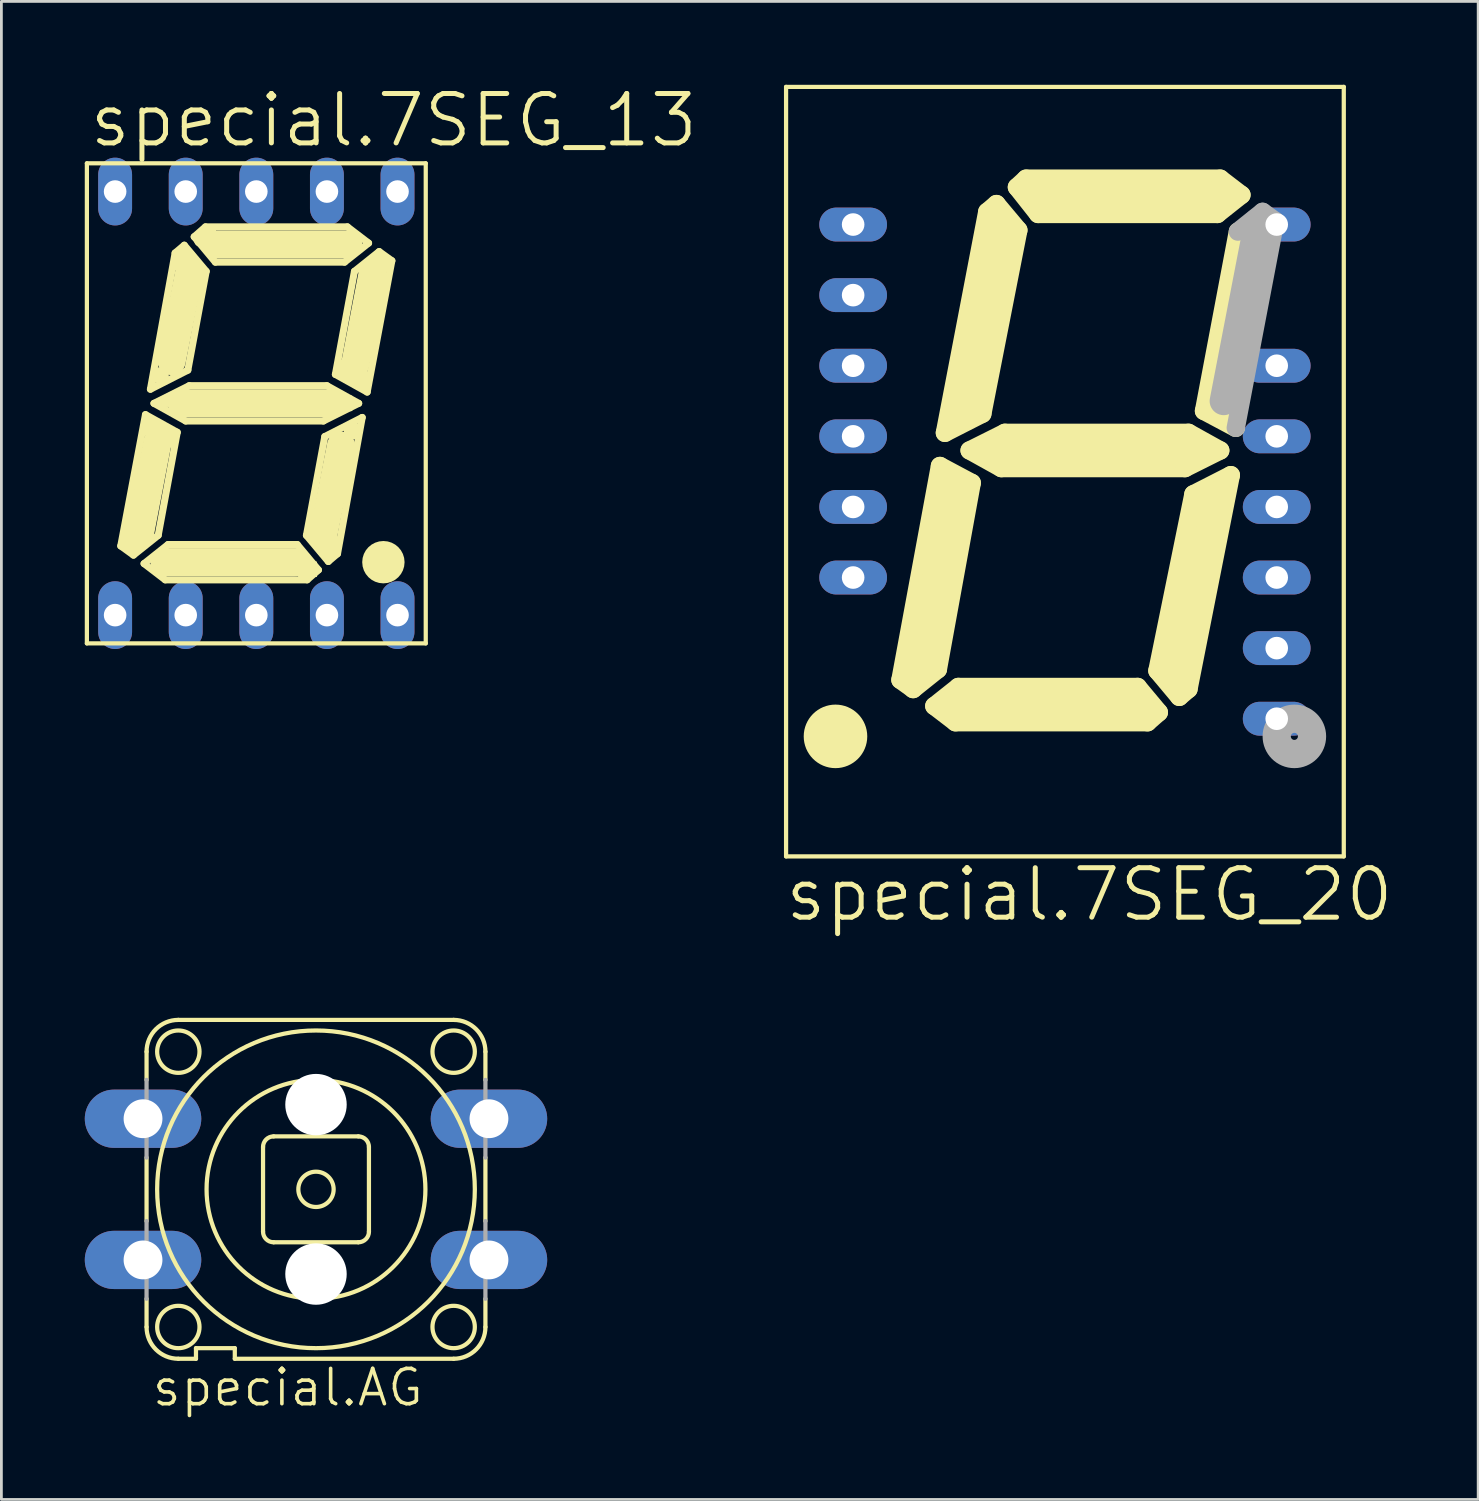
<source format=kicad_pcb>
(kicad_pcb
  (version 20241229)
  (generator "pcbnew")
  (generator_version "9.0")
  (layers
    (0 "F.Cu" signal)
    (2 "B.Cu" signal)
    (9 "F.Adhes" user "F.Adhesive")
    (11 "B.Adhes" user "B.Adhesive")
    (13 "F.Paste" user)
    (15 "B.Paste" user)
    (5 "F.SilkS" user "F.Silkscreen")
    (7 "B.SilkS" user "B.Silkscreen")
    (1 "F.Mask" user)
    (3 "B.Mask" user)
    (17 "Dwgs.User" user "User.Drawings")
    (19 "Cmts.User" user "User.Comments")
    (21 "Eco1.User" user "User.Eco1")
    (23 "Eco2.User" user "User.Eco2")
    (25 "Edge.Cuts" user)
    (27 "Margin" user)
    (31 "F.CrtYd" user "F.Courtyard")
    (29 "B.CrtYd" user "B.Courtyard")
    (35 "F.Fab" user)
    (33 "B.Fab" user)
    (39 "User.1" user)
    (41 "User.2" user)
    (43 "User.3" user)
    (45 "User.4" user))
  (footprint "special.7SEG_20"
    (layer "F.Cu")
    (at 35.265 13.919)
    (property "Reference" "special.7SEG_20" (at -10.16 16.256 0) (layer "F.SilkS") (effects (font (size 1.778 1.778) (thickness 0.18)) (justify left bottom)))
    (attr through_hole)
    (fp_line (start -10.033 -13.843) (end -10.033 13.843) (stroke (width 0.152) (type default)) (layer "F.SilkS"))
    (fp_line (start -10.033 -13.843) (end 10.033 -13.843) (stroke (width 0.152) (type default)) (layer "F.SilkS"))
    (fp_line (start -5.486 7.442) (end -5.613 7.315) (stroke (width 0.508) (type default)) (layer "F.SilkS"))
    (fp_line (start -5.461 7.823) (end -5.918 7.493) (stroke (width 0.66) (type default)) (layer "F.SilkS"))
    (fp_line (start -4.699 8.433) (end -3.937 9.017) (stroke (width 0.66) (type default)) (layer "F.SilkS"))
    (fp_line (start -4.572 7.112) (end -5.461 7.823) (stroke (width 0.66) (type default)) (layer "F.SilkS"))
    (fp_line (start -4.572 7.112) (end -3.353 0.406) (stroke (width 0.66) (type default)) (layer "F.SilkS"))
    (fp_line (start -4.496 -0.203) (end -5.918 7.493) (stroke (width 0.66) (type default)) (layer "F.SilkS"))
    (fp_line (start -4.318 -1.397) (end -2.794 -9.347) (stroke (width 0.66) (type default)) (layer "F.SilkS"))
    (fp_line (start -4.064 0.762) (end -5.232 7.061) (stroke (width 1.016) (type default)) (layer "F.SilkS"))
    (fp_line (start -3.962 8.382) (end 2.54 8.382) (stroke (width 1.016) (type default)) (layer "F.SilkS"))
    (fp_line (start -3.835 7.747) (end -4.699 8.433) (stroke (width 0.66) (type default)) (layer "F.SilkS"))
    (fp_line (start -3.683 0.635) (end -4.318 0.254) (stroke (width 0.66) (type default)) (layer "F.SilkS"))
    (fp_line (start -3.353 0.406) (end -4.496 -0.203) (stroke (width 0.66) (type default)) (layer "F.SilkS"))
    (fp_line (start -2.972 -2.083) (end -4.318 -1.397) (stroke (width 0.66) (type default)) (layer "F.SilkS"))
    (fp_line (start -2.972 -2.083) (end -1.676 -8.687) (stroke (width 0.66) (type default)) (layer "F.SilkS"))
    (fp_line (start -2.464 -9.627) (end -2.794 -9.347) (stroke (width 0.66) (type default)) (layer "F.SilkS"))
    (fp_line (start -2.413 -9.144) (end -2.54 -9.017) (stroke (width 0.762) (type default)) (layer "F.SilkS"))
    (fp_line (start -2.413 -0.762) (end 4.572 -0.762) (stroke (width 1.016) (type default)) (layer "F.SilkS"))
    (fp_line (start -2.286 -8.636) (end -3.556 -2.413) (stroke (width 1.016) (type default)) (layer "F.SilkS"))
    (fp_line (start -2.286 -0.127) (end -3.429 -0.762) (stroke (width 0.66) (type default)) (layer "F.SilkS"))
    (fp_line (start -2.159 -1.397) (end -3.429 -0.762) (stroke (width 0.66) (type default)) (layer "F.SilkS"))
    (fp_line (start -2.159 -1.397) (end 4.445 -1.397) (stroke (width 0.66) (type default)) (layer "F.SilkS"))
    (fp_line (start -1.727 -10.236) (end -1.397 -10.541) (stroke (width 0.66) (type default)) (layer "F.SilkS"))
    (fp_line (start -1.676 -8.687) (end -2.464 -9.627) (stroke (width 0.66) (type default)) (layer "F.SilkS"))
    (fp_line (start -1.524 -10.033) (end -1.143 -10.414) (stroke (width 0.406) (type default)) (layer "F.SilkS"))
    (fp_line (start -1.397 -10.541) (end 5.588 -10.541) (stroke (width 0.66) (type default)) (layer "F.SilkS"))
    (fp_line (start -0.965 -9.271) (end -1.727 -10.236) (stroke (width 0.66) (type default)) (layer "F.SilkS"))
    (fp_line (start -0.965 -9.271) (end 5.486 -9.271) (stroke (width 0.66) (type default)) (layer "F.SilkS"))
    (fp_line (start 2.616 7.747) (end -3.835 7.747) (stroke (width 0.66) (type default)) (layer "F.SilkS"))
    (fp_line (start 2.616 7.747) (end 3.378 8.661) (stroke (width 0.66) (type default)) (layer "F.SilkS"))
    (fp_line (start 2.972 9.017) (end -3.937 9.017) (stroke (width 0.66) (type default)) (layer "F.SilkS"))
    (fp_line (start 3.175 8.509) (end 2.794 8.89) (stroke (width 0.406) (type default)) (layer "F.SilkS"))
    (fp_line (start 3.327 7.163) (end 4.115 8.103) (stroke (width 0.66) (type default)) (layer "F.SilkS"))
    (fp_line (start 3.378 8.661) (end 2.972 9.017) (stroke (width 0.66) (type default)) (layer "F.SilkS"))
    (fp_line (start 3.937 7.112) (end 5.207 1.143) (stroke (width 1.016) (type default)) (layer "F.SilkS"))
    (fp_line (start 4.064 7.62) (end 4.191 7.493) (stroke (width 0.762) (type default)) (layer "F.SilkS"))
    (fp_line (start 4.115 8.103) (end 4.445 7.823) (stroke (width 0.66) (type default)) (layer "F.SilkS"))
    (fp_line (start 4.318 -0.127) (end -2.286 -0.127) (stroke (width 0.66) (type default)) (layer "F.SilkS"))
    (fp_line (start 4.318 -0.127) (end 5.588 -0.762) (stroke (width 0.66) (type default)) (layer "F.SilkS"))
    (fp_line (start 4.445 -1.397) (end 5.588 -0.762) (stroke (width 0.66) (type default)) (layer "F.SilkS"))
    (fp_line (start 4.623 0.813) (end 3.327 7.163) (stroke (width 0.66) (type default)) (layer "F.SilkS"))
    (fp_line (start 4.623 0.813) (end 5.969 0.127) (stroke (width 0.66) (type default)) (layer "F.SilkS"))
    (fp_line (start 5.004 -2.184) (end 6.147 -1.575) (stroke (width 0.66) (type default)) (layer "F.SilkS"))
    (fp_line (start 5.334 -2.413) (end 5.969 -2.032) (stroke (width 0.66) (type default)) (layer "F.SilkS"))
    (fp_line (start 5.486 -9.271) (end 6.35 -9.957) (stroke (width 0.66) (type default)) (layer "F.SilkS"))
    (fp_line (start 5.613 -9.906) (end -0.889 -9.906) (stroke (width 1.016) (type default)) (layer "F.SilkS"))
    (fp_line (start 5.969 0.127) (end 4.445 7.823) (stroke (width 0.66) (type default)) (layer "F.SilkS"))
    (fp_line (start 6.223 -8.636) (end 5.004 -2.184) (stroke (width 0.66) (type default)) (layer "F.SilkS"))
    (fp_line (start 6.35 -9.957) (end 5.588 -10.541) (stroke (width 0.66) (type default)) (layer "F.SilkS"))
    (fp_line (start 10.033 13.843) (end -10.033 13.843) (stroke (width 0.152) (type default)) (layer "F.SilkS"))
    (fp_line (start 10.033 13.843) (end 10.033 -13.843) (stroke (width 0.152) (type default)) (layer "F.SilkS"))
    (fp_rect (start -8.89 10.16) (end -7.62 8.89) (stroke (width 0.05) (type default)) (fill yes) (layer "F.SilkS"))
    (fp_rect (start -4.191 -1.651) (end -3.683 -2.159) (stroke (width 0.05) (type default)) (fill yes) (layer "F.SilkS"))
    (fp_rect (start -3.175 -0.635) (end -2.794 -0.889) (stroke (width 0.05) (type default)) (fill yes) (layer "F.SilkS"))
    (fp_rect (start 4.953 -0.508) (end 5.334 -1.016) (stroke (width 0.05) (type default)) (fill yes) (layer "F.SilkS"))
    (fp_rect (start 5.334 0.889) (end 5.842 0.381) (stroke (width 0.05) (type default)) (fill yes) (layer "F.SilkS"))
    (fp_circle (center -8.255 9.525) (end -7.62 9.525) (stroke (width 1.016) (type default)) (fill no) (layer "F.SilkS"))
    (fp_line (start 5.715 -2.54) (end 6.883 -8.585) (stroke (width 1.016) (type default)) (layer "F.Fab"))
    (fp_line (start 6.147 -1.575) (end 7.569 -9.017) (stroke (width 0.66) (type default)) (layer "F.Fab"))
    (fp_line (start 6.223 -8.636) (end 7.112 -9.347) (stroke (width 0.66) (type default)) (layer "F.Fab"))
    (fp_line (start 7.112 -9.347) (end 7.569 -9.017) (stroke (width 0.66) (type default)) (layer "F.Fab"))
    (fp_line (start 7.137 -8.966) (end 7.264 -8.839) (stroke (width 0.508) (type default)) (layer "F.Fab"))
    (fp_circle (center 8.255 9.525) (end 8.89 9.525) (stroke (width 1.016) (type default)) (fill no) (layer "F.Fab"))
    (pad "1" thru_hole oval (at -7.62 -8.89) (size 2.438 1.219) (drill 0.813) (layers "*.Cu" "*.Mask"))
    (pad "2" thru_hole oval (at -7.62 -6.35) (size 2.438 1.219) (drill 0.813) (layers "*.Cu" "*.Mask"))
    (pad "3" thru_hole oval (at -7.62 -3.81) (size 2.438 1.219) (drill 0.813) (layers "*.Cu" "*.Mask"))
    (pad "4" thru_hole oval (at -7.62 -1.27) (size 2.438 1.219) (drill 0.813) (layers "*.Cu" "*.Mask"))
    (pad "5" thru_hole oval (at -7.62 1.27) (size 2.438 1.219) (drill 0.813) (layers "*.Cu" "*.Mask"))
    (pad "6" thru_hole oval (at -7.62 3.81) (size 2.438 1.219) (drill 0.813) (layers "*.Cu" "*.Mask"))
    (pad "9" thru_hole oval (at 7.62 8.89) (size 2.438 1.219) (drill 0.813) (layers "*.Cu" "*.Mask"))
    (pad "10" thru_hole oval (at 7.62 6.35) (size 2.438 1.219) (drill 0.813) (layers "*.Cu" "*.Mask"))
    (pad "11" thru_hole oval (at 7.62 3.81) (size 2.438 1.219) (drill 0.813) (layers "*.Cu" "*.Mask"))
    (pad "12" thru_hole oval (at 7.62 1.27) (size 2.438 1.219) (drill 0.813) (layers "*.Cu" "*.Mask"))
    (pad "13" thru_hole oval (at 7.62 -1.27) (size 2.438 1.219) (drill 0.813) (layers "*.Cu" "*.Mask"))
    (pad "14" thru_hole oval (at 7.62 -3.81) (size 2.438 1.219) (drill 0.813) (layers "*.Cu" "*.Mask"))
    (pad "16" thru_hole oval (at 7.62 -8.89) (size 2.438 1.219) (drill 0.813) (layers "*.Cu" "*.Mask")))
  (footprint "special.AG"
    (layer "F.Cu")
    (at 8.319 39.741)
    (property "Reference" "special.AG" (at -5.969 7.874 0) (layer "F.SilkS") (effects (font (size 1.27 1.27) (thickness 0.13)) (justify left bottom)))
    (attr through_hole)
    (fp_line (start -6.096 -3.937) (end -6.096 -4.953) (stroke (width 0.152) (type default)) (layer "F.SilkS"))
    (fp_line (start -6.096 1.143) (end -6.096 -1.143) (stroke (width 0.152) (type default)) (layer "F.SilkS"))
    (fp_line (start -6.096 4.953) (end -6.096 3.937) (stroke (width 0.152) (type default)) (layer "F.SilkS"))
    (fp_line (start -4.953 6.096) (end -4.318 6.096) (stroke (width 0.152) (type default)) (layer "F.SilkS"))
    (fp_line (start -4.318 5.715) (end -4.318 6.096) (stroke (width 0.152) (type default)) (layer "F.SilkS"))
    (fp_line (start -4.318 5.715) (end -2.921 5.715) (stroke (width 0.152) (type default)) (layer "F.SilkS"))
    (fp_line (start -2.921 6.096) (end -2.921 5.715) (stroke (width 0.152) (type default)) (layer "F.SilkS"))
    (fp_line (start -2.921 6.096) (end 4.953 6.096) (stroke (width 0.152) (type default)) (layer "F.SilkS"))
    (fp_line (start -1.905 1.524) (end -1.905 -1.524) (stroke (width 0.152) (type default)) (layer "F.SilkS"))
    (fp_line (start -1.524 -1.905) (end 1.524 -1.905) (stroke (width 0.152) (type default)) (layer "F.SilkS"))
    (fp_line (start -1.524 1.905) (end 1.524 1.905) (stroke (width 0.152) (type default)) (layer "F.SilkS"))
    (fp_line (start 1.905 1.524) (end 1.905 -1.524) (stroke (width 0.152) (type default)) (layer "F.SilkS"))
    (fp_line (start 4.953 -6.096) (end -4.953 -6.096) (stroke (width 0.152) (type default)) (layer "F.SilkS"))
    (fp_line (start 6.096 -3.937) (end 6.096 -4.953) (stroke (width 0.152) (type default)) (layer "F.SilkS"))
    (fp_line (start 6.096 1.143) (end 6.096 -1.143) (stroke (width 0.152) (type default)) (layer "F.SilkS"))
    (fp_line (start 6.096 4.953) (end 6.096 3.937) (stroke (width 0.152) (type default)) (layer "F.SilkS"))
    (fp_arc (start -6.096 -4.953) (mid -5.761223 -5.761223) (end -4.953 -6.096) (stroke (width 0.1524) (type default)) (layer "F.SilkS"))
    (fp_arc (start -4.953 6.096) (mid -5.761223 5.761223) (end -6.096 4.953) (stroke (width 0.1524) (type default)) (layer "F.SilkS"))
    (fp_arc (start -1.905 -1.524) (mid -1.793408 -1.793408) (end -1.524 -1.905) (stroke (width 0.1524) (type default)) (layer "F.SilkS"))
    (fp_arc (start -1.524 1.905) (mid -1.793408 1.793408) (end -1.905 1.524) (stroke (width 0.1524) (type default)) (layer "F.SilkS"))
    (fp_arc (start 1.524 -1.905) (mid 1.793408 -1.793408) (end 1.905 -1.524) (stroke (width 0.1524) (type default)) (layer "F.SilkS"))
    (fp_arc (start 1.905 1.524) (mid 1.793408 1.793408) (end 1.524 1.905) (stroke (width 0.1524) (type default)) (layer "F.SilkS"))
    (fp_arc (start 4.953 -6.096) (mid 5.761223 -5.761223) (end 6.096 -4.953) (stroke (width 0.1524) (type default)) (layer "F.SilkS"))
    (fp_arc (start 6.096 4.953) (mid 5.761223 5.761223) (end 4.953 6.096) (stroke (width 0.1524) (type default)) (layer "F.SilkS"))
    (fp_circle (center -4.953 -4.953) (end -4.191 -4.953) (stroke (width 0.152) (type default)) (fill no) (layer "F.SilkS"))
    (fp_circle (center -4.953 4.953) (end -4.191 4.953) (stroke (width 0.152) (type default)) (fill no) (layer "F.SilkS"))
    (fp_circle (center 0 0) (end 0.635 0) (stroke (width 0.152) (type default)) (fill no) (layer "F.SilkS"))
    (fp_circle (center 0 0) (end 3.937 0) (stroke (width 0.152) (type default)) (fill no) (layer "F.SilkS"))
    (fp_circle (center 0 0) (end 5.715 0) (stroke (width 0.152) (type default)) (fill no) (layer "F.SilkS"))
    (fp_circle (center 4.953 -4.953) (end 5.715 -4.953) (stroke (width 0.152) (type default)) (fill no) (layer "F.SilkS"))
    (fp_circle (center 4.953 4.953) (end 5.715 4.953) (stroke (width 0.152) (type default)) (fill no) (layer "F.SilkS"))
    (fp_line (start -6.096 -1.143) (end -6.096 -3.937) (stroke (width 0.152) (type default)) (layer "F.Fab"))
    (fp_line (start -6.096 3.937) (end -6.096 1.143) (stroke (width 0.152) (type default)) (layer "F.Fab"))
    (fp_line (start 6.096 -1.143) (end 6.096 -3.937) (stroke (width 0.152) (type default)) (layer "F.Fab"))
    (fp_line (start 6.096 3.937) (end 6.096 1.143) (stroke (width 0.152) (type default)) (layer "F.Fab"))
    (pad "" np_thru_hole circle (at 0 -3.048) (size 2.21 2.21) (drill 2.21) (layers "*.Cu" "*.Mask"))
    (pad "" np_thru_hole circle (at 0 3.048) (size 2.21 2.21) (drill 2.21) (layers "*.Cu" "*.Mask"))
    (pad "1" thru_hole oval (at -6.223 -2.54) (size 4.191 2.095) (drill 1.397) (layers "*.Cu" "*.Mask"))
    (pad "2" thru_hole oval (at 6.223 -2.54) (size 4.191 2.095) (drill 1.397) (layers "*.Cu" "*.Mask"))
    (pad "3" thru_hole oval (at -6.223 2.54) (size 4.191 2.095) (drill 1.397) (layers "*.Cu" "*.Mask"))
    (pad "4" thru_hole oval (at 6.223 2.54) (size 4.191 2.095) (drill 1.397) (layers "*.Cu" "*.Mask")))
  (footprint "special.7SEG_13"
    (layer "F.Cu")
    (at 6.172 11.462)
    (property "Reference" "special.7SEG_13" (at -6.096 -9.144 0) (layer "F.SilkS") (effects (font (size 1.778 1.778) (thickness 0.18)) (justify left bottom)))
    (attr through_hole)
    (fp_line (start -6.096 -8.636) (end -6.096 8.636) (stroke (width 0.152) (type default)) (layer "F.SilkS"))
    (fp_line (start -6.096 -8.636) (end 6.096 -8.636) (stroke (width 0.152) (type default)) (layer "F.SilkS"))
    (fp_line (start -4.445 5.08) (end -4.572 4.953) (stroke (width 0.508) (type default)) (layer "F.SilkS"))
    (fp_line (start -4.42 5.461) (end -4.877 5.131) (stroke (width 0.254) (type default)) (layer "F.SilkS"))
    (fp_line (start -4.039 5.766) (end -3.277 6.35) (stroke (width 0.254) (type default)) (layer "F.SilkS"))
    (fp_line (start -3.988 0.406) (end -4.877 5.131) (stroke (width 0.254) (type default)) (layer "F.SilkS"))
    (fp_line (start -3.81 -0.508) (end -2.921 -5.41) (stroke (width 0.254) (type default)) (layer "F.SilkS"))
    (fp_line (start -3.556 1.397) (end -4.191 4.699) (stroke (width 1.016) (type default)) (layer "F.SilkS"))
    (fp_line (start -3.531 4.75) (end -4.42 5.461) (stroke (width 0.254) (type default)) (layer "F.SilkS"))
    (fp_line (start -3.531 4.75) (end -2.845 1.041) (stroke (width 0.254) (type default)) (layer "F.SilkS"))
    (fp_line (start -3.302 5.715) (end 1.397 5.715) (stroke (width 1.016) (type default)) (layer "F.SilkS"))
    (fp_line (start -3.277 6.35) (end 1.829 6.35) (stroke (width 0.254) (type default)) (layer "F.SilkS"))
    (fp_line (start -3.175 1.27) (end -3.81 0.889) (stroke (width 0.66) (type default)) (layer "F.SilkS"))
    (fp_line (start -3.175 5.08) (end -4.039 5.766) (stroke (width 0.254) (type default)) (layer "F.SilkS"))
    (fp_line (start -3.175 5.08) (end 1.473 5.08) (stroke (width 0.254) (type default)) (layer "F.SilkS"))
    (fp_line (start -2.845 1.041) (end -3.988 0.406) (stroke (width 0.254) (type default)) (layer "F.SilkS"))
    (fp_line (start -2.667 0) (end 2.667 0) (stroke (width 1.016) (type default)) (layer "F.SilkS"))
    (fp_line (start -2.591 -5.69) (end -2.921 -5.41) (stroke (width 0.254) (type default)) (layer "F.SilkS"))
    (fp_line (start -2.54 -5.207) (end -2.667 -5.08) (stroke (width 0.762) (type default)) (layer "F.SilkS"))
    (fp_line (start -2.54 0.635) (end -3.683 0) (stroke (width 0.254) (type default)) (layer "F.SilkS"))
    (fp_line (start -2.464 -1.194) (end -3.81 -0.508) (stroke (width 0.254) (type default)) (layer "F.SilkS"))
    (fp_line (start -2.464 -1.194) (end -1.803 -4.75) (stroke (width 0.254) (type default)) (layer "F.SilkS"))
    (fp_line (start -2.413 -4.699) (end -3.048 -1.524) (stroke (width 1.016) (type default)) (layer "F.SilkS"))
    (fp_line (start -2.413 -0.635) (end -3.683 0) (stroke (width 0.254) (type default)) (layer "F.SilkS"))
    (fp_line (start -2.413 -0.635) (end 2.54 -0.635) (stroke (width 0.254) (type default)) (layer "F.SilkS"))
    (fp_line (start -2.235 -5.994) (end -1.829 -6.35) (stroke (width 0.254) (type default)) (layer "F.SilkS"))
    (fp_line (start -2.032 -5.842) (end -1.651 -6.223) (stroke (width 0.406) (type default)) (layer "F.SilkS"))
    (fp_line (start -1.829 -6.35) (end 3.277 -6.35) (stroke (width 0.254) (type default)) (layer "F.SilkS"))
    (fp_line (start -1.803 -4.75) (end -2.591 -5.69) (stroke (width 0.254) (type default)) (layer "F.SilkS"))
    (fp_line (start -1.473 -5.08) (end -2.235 -5.994) (stroke (width 0.254) (type default)) (layer "F.SilkS"))
    (fp_line (start -1.473 -5.08) (end 3.175 -5.08) (stroke (width 0.254) (type default)) (layer "F.SilkS"))
    (fp_line (start 1.473 5.08) (end 2.235 5.994) (stroke (width 0.254) (type default)) (layer "F.SilkS"))
    (fp_line (start 1.803 4.75) (end 2.591 5.69) (stroke (width 0.254) (type default)) (layer "F.SilkS"))
    (fp_line (start 2.235 5.994) (end 1.829 6.35) (stroke (width 0.254) (type default)) (layer "F.SilkS"))
    (fp_line (start 2.413 0.635) (end -2.54 0.635) (stroke (width 0.254) (type default)) (layer "F.SilkS"))
    (fp_line (start 2.413 0.635) (end 3.683 0) (stroke (width 0.254) (type default)) (layer "F.SilkS"))
    (fp_line (start 2.413 4.699) (end 3.048 1.524) (stroke (width 1.016) (type default)) (layer "F.SilkS"))
    (fp_line (start 2.464 1.194) (end 1.803 4.75) (stroke (width 0.254) (type default)) (layer "F.SilkS"))
    (fp_line (start 2.464 1.194) (end 3.81 0.508) (stroke (width 0.254) (type default)) (layer "F.SilkS"))
    (fp_line (start 2.54 -0.635) (end 3.683 0) (stroke (width 0.254) (type default)) (layer "F.SilkS"))
    (fp_line (start 2.54 5.207) (end 2.667 5.08) (stroke (width 0.762) (type default)) (layer "F.SilkS"))
    (fp_line (start 2.591 5.69) (end 2.921 5.41) (stroke (width 0.254) (type default)) (layer "F.SilkS"))
    (fp_line (start 2.845 -1.041) (end 3.988 -0.406) (stroke (width 0.254) (type default)) (layer "F.SilkS"))
    (fp_line (start 3.175 -5.08) (end 4.039 -5.766) (stroke (width 0.254) (type default)) (layer "F.SilkS"))
    (fp_line (start 3.175 -1.27) (end 3.81 -0.889) (stroke (width 0.66) (type default)) (layer "F.SilkS"))
    (fp_line (start 3.302 -5.715) (end -1.397 -5.715) (stroke (width 1.016) (type default)) (layer "F.SilkS"))
    (fp_line (start 3.531 -4.75) (end 2.845 -1.041) (stroke (width 0.254) (type default)) (layer "F.SilkS"))
    (fp_line (start 3.531 -4.75) (end 4.42 -5.461) (stroke (width 0.254) (type default)) (layer "F.SilkS"))
    (fp_line (start 3.556 -1.397) (end 4.191 -4.699) (stroke (width 1.016) (type default)) (layer "F.SilkS"))
    (fp_line (start 3.81 0.508) (end 2.921 5.41) (stroke (width 0.254) (type default)) (layer "F.SilkS"))
    (fp_line (start 3.988 -0.406) (end 4.877 -5.131) (stroke (width 0.254) (type default)) (layer "F.SilkS"))
    (fp_line (start 4.039 -5.766) (end 3.277 -6.35) (stroke (width 0.254) (type default)) (layer "F.SilkS"))
    (fp_line (start 4.42 -5.461) (end 4.877 -5.131) (stroke (width 0.254) (type default)) (layer "F.SilkS"))
    (fp_line (start 4.445 -5.08) (end 4.572 -4.953) (stroke (width 0.508) (type default)) (layer "F.SilkS"))
    (fp_line (start 6.096 8.636) (end -6.096 8.636) (stroke (width 0.152) (type default)) (layer "F.SilkS"))
    (fp_line (start 6.096 8.636) (end 6.096 -8.636) (stroke (width 0.152) (type default)) (layer "F.SilkS"))
    (fp_rect (start -3.683 -0.762) (end -3.175 -1.27) (stroke (width 0.05) (type default)) (fill yes) (layer "F.SilkS"))
    (fp_rect (start -3.429 0.127) (end -3.048 -0.127) (stroke (width 0.05) (type default)) (fill yes) (layer "F.SilkS"))
    (fp_rect (start 1.524 6.223) (end 2.159 5.715) (stroke (width 0.05) (type default)) (fill yes) (layer "F.SilkS"))
    (fp_rect (start 3.048 0.254) (end 3.429 -0.254) (stroke (width 0.05) (type default)) (fill yes) (layer "F.SilkS"))
    (fp_rect (start 3.175 1.27) (end 3.683 0.762) (stroke (width 0.05) (type default)) (fill yes) (layer "F.SilkS"))
    (fp_rect (start 4.318 5.842) (end 4.826 5.588) (stroke (width 0.05) (type default)) (fill yes) (layer "F.SilkS"))
    (fp_circle (center 4.572 5.715) (end 4.953 5.715) (stroke (width 0.762) (type default)) (fill no) (layer "F.SilkS"))
    (pad "1" thru_hole oval (at -5.08 7.62 90) (size 2.438 1.219) (drill 0.813) (layers "*.Cu" "*.Mask"))
    (pad "2" thru_hole oval (at -2.54 7.62 90) (size 2.438 1.219) (drill 0.813) (layers "*.Cu" "*.Mask"))
    (pad "3" thru_hole oval (at 0 7.62 90) (size 2.438 1.219) (drill 0.813) (layers "*.Cu" "*.Mask"))
    (pad "4" thru_hole oval (at 2.54 7.62 90) (size 2.438 1.219) (drill 0.813) (layers "*.Cu" "*.Mask"))
    (pad "5" thru_hole oval (at 5.08 7.62 90) (size 2.438 1.219) (drill 0.813) (layers "*.Cu" "*.Mask"))
    (pad "6" thru_hole oval (at 5.08 -7.62 90) (size 2.438 1.219) (drill 0.813) (layers "*.Cu" "*.Mask"))
    (pad "7" thru_hole oval (at 2.54 -7.62 90) (size 2.438 1.219) (drill 0.813) (layers "*.Cu" "*.Mask"))
    (pad "8" thru_hole oval (at 0 -7.62 90) (size 2.438 1.219) (drill 0.813) (layers "*.Cu" "*.Mask"))
    (pad "9" thru_hole oval (at -2.54 -7.62 90) (size 2.438 1.219) (drill 0.813) (layers "*.Cu" "*.Mask"))
    (pad "10" thru_hole oval (at -5.08 -7.62 90) (size 2.438 1.219) (drill 0.813) (layers "*.Cu" "*.Mask")))
  (gr_rect
    (start -3 -3)
    (end 50.133 50.898)
    (stroke (width 0.1) (type default))
    (fill no)
    (layer "Edge.Cuts")))
</source>
